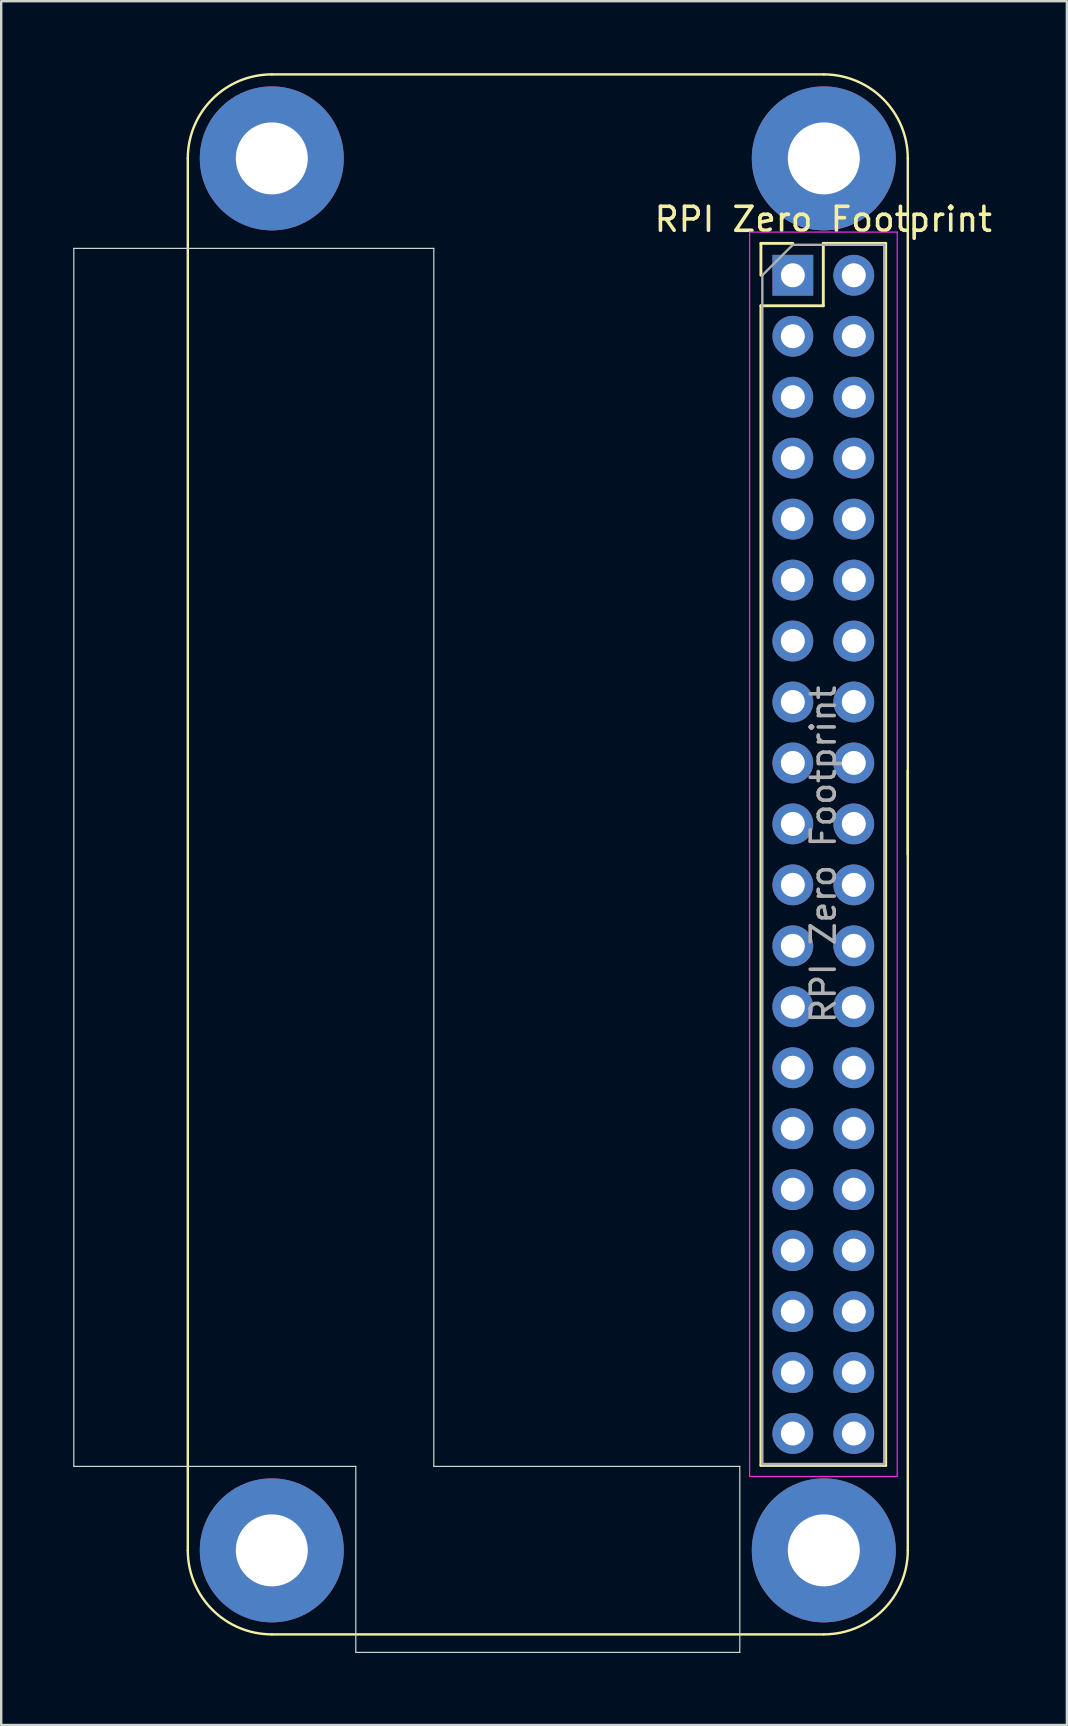
<source format=kicad_pcb>
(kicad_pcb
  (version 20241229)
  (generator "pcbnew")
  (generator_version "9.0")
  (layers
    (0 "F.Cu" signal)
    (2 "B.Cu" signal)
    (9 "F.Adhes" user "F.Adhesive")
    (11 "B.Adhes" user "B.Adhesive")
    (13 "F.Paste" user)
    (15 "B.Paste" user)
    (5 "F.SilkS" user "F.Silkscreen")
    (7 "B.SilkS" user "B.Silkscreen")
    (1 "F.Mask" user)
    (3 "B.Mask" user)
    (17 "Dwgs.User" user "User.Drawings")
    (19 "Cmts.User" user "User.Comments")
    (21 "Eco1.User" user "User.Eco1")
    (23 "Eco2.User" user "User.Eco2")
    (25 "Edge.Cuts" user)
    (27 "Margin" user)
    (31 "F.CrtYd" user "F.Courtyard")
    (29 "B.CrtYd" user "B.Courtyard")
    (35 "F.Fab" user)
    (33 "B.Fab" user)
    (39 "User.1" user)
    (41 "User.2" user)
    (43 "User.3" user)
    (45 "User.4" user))
  (footprint "RPI Zero Footprint"
    (layer "F.Cu")
    (at 31.525 32.55)
    (property "Reference" "RPI Zero Footprint" (at -0.27 -26.46 0) (layer "F.SilkS") (effects (font (size 1 1) (thickness 0.15))))
    (attr through_hole)
    (fp_line (start -26.75 -29) (end -26.75 29) (stroke (width 0.1) (type default)) (layer "F.SilkS"))
    (fp_line (start -23.25 32.5) (end -0.25 32.5) (stroke (width 0.1) (type default)) (layer "F.SilkS"))
    (fp_line (start -2.87 -25.46) (end -1.54 -25.46) (stroke (width 0.12) (type solid)) (layer "F.SilkS"))
    (fp_line (start -2.87 -24.13) (end -2.87 -25.46) (stroke (width 0.12) (type solid)) (layer "F.SilkS"))
    (fp_line (start -2.87 -22.86) (end -2.87 25.46) (stroke (width 0.12) (type solid)) (layer "F.SilkS"))
    (fp_line (start -2.87 -22.86) (end -0.27 -22.86) (stroke (width 0.12) (type solid)) (layer "F.SilkS"))
    (fp_line (start -2.87 25.46) (end 2.33 25.46) (stroke (width 0.12) (type solid)) (layer "F.SilkS"))
    (fp_line (start -0.27 -25.46) (end 2.33 -25.46) (stroke (width 0.12) (type solid)) (layer "F.SilkS"))
    (fp_line (start -0.27 -22.86) (end -0.27 -25.46) (stroke (width 0.12) (type solid)) (layer "F.SilkS"))
    (fp_line (start -0.25 -32.5) (end -23.25 -32.5) (stroke (width 0.1) (type default)) (layer "F.SilkS"))
    (fp_line (start 2.33 -25.46) (end 2.33 25.46) (stroke (width 0.12) (type solid)) (layer "F.SilkS"))
    (fp_line (start 3.25 0) (end 3.25 -29) (stroke (width 0.1) (type default)) (layer "F.SilkS"))
    (fp_line (start 3.25 29) (end 3.25 -3.5) (stroke (width 0.1) (type default)) (layer "F.SilkS"))
    (fp_arc (start -26.75 -29) (mid -25.724874 -31.474874) (end -23.25 -32.5) (stroke (width 0.1) (type default)) (layer "F.SilkS"))
    (fp_arc (start -23.25 32.5) (mid -25.724874 31.474874) (end -26.75 29) (stroke (width 0.1) (type default)) (layer "F.SilkS"))
    (fp_arc (start -0.25 -32.5) (mid 2.224874 -31.474874) (end 3.25 -29) (stroke (width 0.1) (type default)) (layer "F.SilkS"))
    (fp_arc (start 3.25 29) (mid 2.224874 31.474874) (end -0.25 32.5) (stroke (width 0.1) (type default)) (layer "F.SilkS"))
    (fp_line (start -31.5 -25.25) (end -31.5 25.5) (stroke (width 0.05) (type default)) (layer "Edge.Cuts"))
    (fp_line (start -31.5 25.5) (end -19.75 25.5) (stroke (width 0.05) (type default)) (layer "Edge.Cuts"))
    (fp_line (start -19.75 25.5) (end -19.75 33.25) (stroke (width 0.05) (type default)) (layer "Edge.Cuts"))
    (fp_line (start -19.75 33.25) (end -3.75 33.25) (stroke (width 0.05) (type default)) (layer "Edge.Cuts"))
    (fp_line (start -16.5 -25.25) (end -31.5 -25.25) (stroke (width 0.05) (type default)) (layer "Edge.Cuts"))
    (fp_line (start -16.5 25.5) (end -16.5 -25.25) (stroke (width 0.05) (type default)) (layer "Edge.Cuts"))
    (fp_line (start -3.75 25.5) (end -16.5 25.5) (stroke (width 0.05) (type default)) (layer "Edge.Cuts"))
    (fp_line (start -3.75 33.25) (end -3.75 25.5) (stroke (width 0.05) (type default)) (layer "Edge.Cuts"))
    (fp_line (start -3.34 -25.93) (end -3.34 25.92) (stroke (width 0.05) (type solid)) (layer "F.CrtYd"))
    (fp_line (start -3.34 25.92) (end 2.81 25.92) (stroke (width 0.05) (type solid)) (layer "F.CrtYd"))
    (fp_line (start 2.81 -25.93) (end -3.34 -25.93) (stroke (width 0.05) (type solid)) (layer "F.CrtYd"))
    (fp_line (start 2.81 25.92) (end 2.81 -25.93) (stroke (width 0.05) (type solid)) (layer "F.CrtYd"))
    (fp_line (start -2.81 -24.13) (end -1.54 -25.4) (stroke (width 0.1) (type solid)) (layer "F.Fab"))
    (fp_line (start -2.81 25.4) (end -2.81 -24.13) (stroke (width 0.1) (type solid)) (layer "F.Fab"))
    (fp_line (start -1.54 -25.4) (end 2.27 -25.4) (stroke (width 0.1) (type solid)) (layer "F.Fab"))
    (fp_line (start 2.27 -25.4) (end 2.27 25.4) (stroke (width 0.1) (type solid)) (layer "F.Fab"))
    (fp_line (start 2.27 25.4) (end -2.81 25.4) (stroke (width 0.1) (type solid)) (layer "F.Fab"))
    (fp_text user "${REFERENCE}" (at -0.27 0 90) (layer "F.Fab") (effects (font (size 1 1) (thickness 0.15))))
    (pad "1" thru_hole rect (at -1.54 -24.13) (size 1.7 1.7) (drill 1) (layers "*.Cu" "*.Mask"))
    (pad "2" thru_hole oval (at 1 -24.13) (size 1.7 1.7) (drill 1) (layers "*.Cu" "*.Mask"))
    (pad "3" thru_hole oval (at -1.54 -21.59) (size 1.7 1.7) (drill 1) (layers "*.Cu" "*.Mask"))
    (pad "4" thru_hole oval (at 1 -21.59) (size 1.7 1.7) (drill 1) (layers "*.Cu" "*.Mask"))
    (pad "5" thru_hole oval (at -1.54 -19.05) (size 1.7 1.7) (drill 1) (layers "*.Cu" "*.Mask"))
    (pad "6" thru_hole oval (at 1 -19.05) (size 1.7 1.7) (drill 1) (layers "*.Cu" "*.Mask"))
    (pad "7" thru_hole oval (at -1.54 -16.51) (size 1.7 1.7) (drill 1) (layers "*.Cu" "*.Mask"))
    (pad "8" thru_hole oval (at 1 -16.51) (size 1.7 1.7) (drill 1) (layers "*.Cu" "*.Mask"))
    (pad "9" thru_hole oval (at -1.54 -13.97) (size 1.7 1.7) (drill 1) (layers "*.Cu" "*.Mask"))
    (pad "10" thru_hole oval (at 1 -13.97) (size 1.7 1.7) (drill 1) (layers "*.Cu" "*.Mask"))
    (pad "11" thru_hole oval (at -1.54 -11.43) (size 1.7 1.7) (drill 1) (layers "*.Cu" "*.Mask"))
    (pad "12" thru_hole oval (at 1 -11.43) (size 1.7 1.7) (drill 1) (layers "*.Cu" "*.Mask"))
    (pad "13" thru_hole oval (at -1.54 -8.89) (size 1.7 1.7) (drill 1) (layers "*.Cu" "*.Mask"))
    (pad "14" thru_hole oval (at 1 -8.89) (size 1.7 1.7) (drill 1) (layers "*.Cu" "*.Mask"))
    (pad "15" thru_hole oval (at -1.54 -6.35) (size 1.7 1.7) (drill 1) (layers "*.Cu" "*.Mask"))
    (pad "16" thru_hole oval (at 1 -6.35) (size 1.7 1.7) (drill 1) (layers "*.Cu" "*.Mask"))
    (pad "17" thru_hole oval (at -1.54 -3.81) (size 1.7 1.7) (drill 1) (layers "*.Cu" "*.Mask"))
    (pad "18" thru_hole oval (at 1 -3.81) (size 1.7 1.7) (drill 1) (layers "*.Cu" "*.Mask"))
    (pad "19" thru_hole oval (at -1.54 -1.27) (size 1.7 1.7) (drill 1) (layers "*.Cu" "*.Mask"))
    (pad "20" thru_hole oval (at 1 -1.27) (size 1.7 1.7) (drill 1) (layers "*.Cu" "*.Mask"))
    (pad "21" thru_hole oval (at -1.54 1.27) (size 1.7 1.7) (drill 1) (layers "*.Cu" "*.Mask"))
    (pad "22" thru_hole oval (at 1 1.27) (size 1.7 1.7) (drill 1) (layers "*.Cu" "*.Mask"))
    (pad "23" thru_hole oval (at -1.54 3.81) (size 1.7 1.7) (drill 1) (layers "*.Cu" "*.Mask"))
    (pad "24" thru_hole oval (at 1 3.81) (size 1.7 1.7) (drill 1) (layers "*.Cu" "*.Mask"))
    (pad "25" thru_hole oval (at -1.54 6.35) (size 1.7 1.7) (drill 1) (layers "*.Cu" "*.Mask"))
    (pad "26" thru_hole oval (at 1 6.35) (size 1.7 1.7) (drill 1) (layers "*.Cu" "*.Mask"))
    (pad "27" thru_hole oval (at -1.54 8.89) (size 1.7 1.7) (drill 1) (layers "*.Cu" "*.Mask"))
    (pad "28" thru_hole oval (at 1 8.89) (size 1.7 1.7) (drill 1) (layers "*.Cu" "*.Mask"))
    (pad "29" thru_hole oval (at -1.54 11.43) (size 1.7 1.7) (drill 1) (layers "*.Cu" "*.Mask"))
    (pad "30" thru_hole oval (at 1 11.43) (size 1.7 1.7) (drill 1) (layers "*.Cu" "*.Mask"))
    (pad "31" thru_hole oval (at -1.54 13.97) (size 1.7 1.7) (drill 1) (layers "*.Cu" "*.Mask"))
    (pad "32" thru_hole oval (at 1 13.97) (size 1.7 1.7) (drill 1) (layers "*.Cu" "*.Mask"))
    (pad "33" thru_hole oval (at -1.54 16.51) (size 1.7 1.7) (drill 1) (layers "*.Cu" "*.Mask"))
    (pad "34" thru_hole oval (at 1 16.51) (size 1.7 1.7) (drill 1) (layers "*.Cu" "*.Mask"))
    (pad "35" thru_hole oval (at -1.54 19.05) (size 1.7 1.7) (drill 1) (layers "*.Cu" "*.Mask"))
    (pad "36" thru_hole oval (at 1 19.05) (size 1.7 1.7) (drill 1) (layers "*.Cu" "*.Mask"))
    (pad "37" thru_hole oval (at -1.54 21.59) (size 1.7 1.7) (drill 1) (layers "*.Cu" "*.Mask"))
    (pad "38" thru_hole oval (at 1 21.59) (size 1.7 1.7) (drill 1) (layers "*.Cu" "*.Mask"))
    (pad "39" thru_hole oval (at -1.54 24.13) (size 1.7 1.7) (drill 1) (layers "*.Cu" "*.Mask"))
    (pad "40" thru_hole oval (at 1 24.13) (size 1.7 1.7) (drill 1) (layers "*.Cu" "*.Mask"))
    (pad "41" thru_hole circle (at -23.25 -29) (size 6 6) (drill 3) (property pad_prop_castellated) (layers "*.Cu"))
    (pad "41" thru_hole circle (at -23.25 29) (size 6 6) (drill 3) (property pad_prop_castellated) (layers "*.Cu"))
    (pad "41" thru_hole circle (at -0.25 -29) (size 6 6) (drill 3) (property pad_prop_castellated) (layers "*.Cu"))
    (pad "41" thru_hole circle (at -0.25 29) (size 6 6) (drill 3) (property pad_prop_castellated) (layers "*.Cu")))
  (gr_rect
    (start -3 -3)
    (end 41.404 68.825)
    (stroke (width 0.1) (type default))
    (fill no)
    (layer "Edge.Cuts")))
</source>
